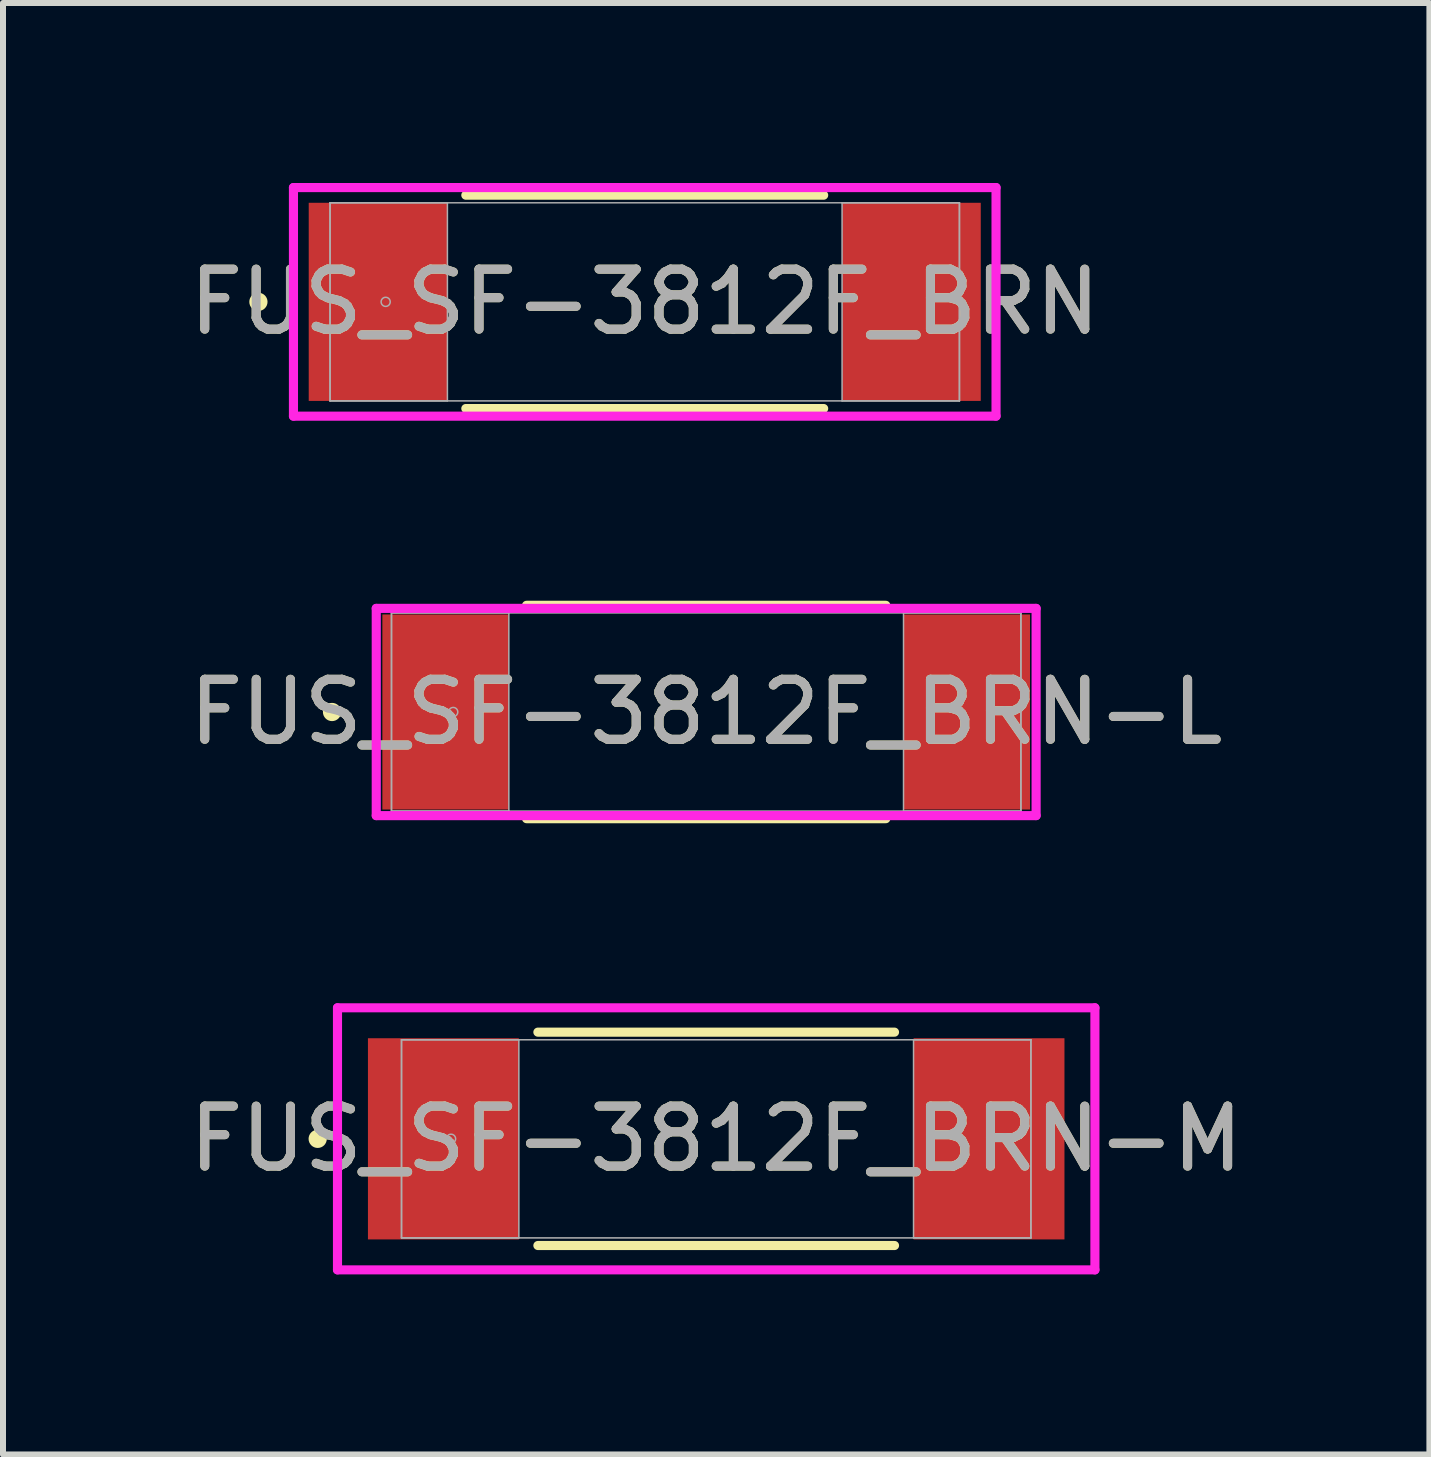
<source format=kicad_pcb>
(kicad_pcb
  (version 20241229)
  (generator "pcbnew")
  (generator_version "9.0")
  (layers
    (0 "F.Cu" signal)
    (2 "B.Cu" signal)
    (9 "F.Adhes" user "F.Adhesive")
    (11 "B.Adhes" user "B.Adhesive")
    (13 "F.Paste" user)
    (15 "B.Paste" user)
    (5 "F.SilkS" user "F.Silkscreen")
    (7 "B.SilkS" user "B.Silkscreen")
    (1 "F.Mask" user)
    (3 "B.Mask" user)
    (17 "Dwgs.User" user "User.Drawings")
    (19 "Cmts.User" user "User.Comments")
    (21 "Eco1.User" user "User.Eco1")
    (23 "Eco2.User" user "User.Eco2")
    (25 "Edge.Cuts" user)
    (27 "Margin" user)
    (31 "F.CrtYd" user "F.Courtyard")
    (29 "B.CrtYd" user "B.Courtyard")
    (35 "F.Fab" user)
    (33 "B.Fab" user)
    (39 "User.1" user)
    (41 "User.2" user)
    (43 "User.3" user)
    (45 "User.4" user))
  (footprint "FUS_SF-3812F_BRN"
    (layer "F.Cu")
    (at 7.696 1.981)
    (property "Reference" "FUS_SF-3812F_BRN" (at 0 0 0) (unlocked yes) (layer "F.SilkS") (effects (font (size 1 1) (thickness 0.15))))
    (attr smd)
    (fp_line (start -2.982 1.778) (end 2.982 1.778) (stroke (width 0.152) (type solid)) (layer "F.SilkS"))
    (fp_line (start 2.982 -1.778) (end -2.982 -1.778) (stroke (width 0.152) (type solid)) (layer "F.SilkS"))
    (fp_circle (center -6.439 0) (end -6.363 0) (stroke (width 0.152) (type solid)) (fill no) (layer "F.SilkS"))
    (fp_line (start -5.855 -1.905) (end 5.855 -1.905) (stroke (width 0.152) (type solid)) (layer "F.CrtYd"))
    (fp_line (start -5.855 1.905) (end -5.855 -1.905) (stroke (width 0.152) (type solid)) (layer "F.CrtYd"))
    (fp_line (start 5.855 -1.905) (end 5.855 1.905) (stroke (width 0.152) (type solid)) (layer "F.CrtYd"))
    (fp_line (start 5.855 1.905) (end -5.855 1.905) (stroke (width 0.152) (type solid)) (layer "F.CrtYd"))
    (fp_line (start -5.245 -1.651) (end -5.245 1.651) (stroke (width 0.025) (type solid)) (layer "F.Fab"))
    (fp_line (start -5.245 -1.651) (end -5.245 1.651) (stroke (width 0.025) (type solid)) (layer "F.Fab"))
    (fp_line (start -5.245 1.651) (end -3.289 1.651) (stroke (width 0.025) (type solid)) (layer "F.Fab"))
    (fp_line (start -5.245 1.651) (end 5.245 1.651) (stroke (width 0.025) (type solid)) (layer "F.Fab"))
    (fp_line (start -3.289 -1.651) (end -5.245 -1.651) (stroke (width 0.025) (type solid)) (layer "F.Fab"))
    (fp_line (start -3.289 1.651) (end -3.289 -1.651) (stroke (width 0.025) (type solid)) (layer "F.Fab"))
    (fp_line (start 3.289 -1.651) (end 3.289 1.651) (stroke (width 0.025) (type solid)) (layer "F.Fab"))
    (fp_line (start 3.289 1.651) (end 5.245 1.651) (stroke (width 0.025) (type solid)) (layer "F.Fab"))
    (fp_line (start 5.245 -1.651) (end -5.245 -1.651) (stroke (width 0.025) (type solid)) (layer "F.Fab"))
    (fp_line (start 5.245 -1.651) (end 3.289 -1.651) (stroke (width 0.025) (type solid)) (layer "F.Fab"))
    (fp_line (start 5.245 1.651) (end 5.245 -1.651) (stroke (width 0.025) (type solid)) (layer "F.Fab"))
    (fp_line (start 5.245 1.651) (end 5.245 -1.651) (stroke (width 0.025) (type solid)) (layer "F.Fab"))
    (fp_circle (center -4.318 0) (end -4.242 0) (stroke (width 0.025) (type solid)) (fill no) (layer "F.Fab"))
    (fp_text user "${REFERENCE}" (at 0 0 0) (unlocked yes) (layer "F.Fab") (effects (font (size 1 1) (thickness 0.15))))
    (pad "1" smd rect (at -4.445 0) (size 2.311 3.302) (layers "F.Cu" "F.Mask" "F.Paste"))
    (pad "2" smd rect (at 4.445 0) (size 2.311 3.302) (layers "F.Cu" "F.Mask" "F.Paste"))
    (zone (net_name "") (layer "F.Cu") (hatch full 0.508) (connect_pads) (min_thickness 0.254) (filled_areas_thickness no) (keepout (tracks not_allowed) (vias not_allowed) (pads allowed) (copperpour not_allowed) (footprints allowed)) (placement (enabled no)) (fill) (polygon (pts (xy 4.458 0.381) (xy 10.935 0.381) (xy 10.935 3.581) (xy 4.458 3.581)))))
  (footprint "FUS_SF-3812F_BRN-M"
    (layer "F.Cu")
    (at 8.887 15.931)
    (property "Reference" "FUS_SF-3812F_BRN-M" (at 0 0 0) (unlocked yes) (layer "F.SilkS") (effects (font (size 1 1) (thickness 0.15))))
    (attr smd)
    (fp_line (start -2.972 1.778) (end 2.972 1.778) (stroke (width 0.152) (type solid)) (layer "F.SilkS"))
    (fp_line (start 2.972 -1.778) (end -2.972 -1.778) (stroke (width 0.152) (type solid)) (layer "F.SilkS"))
    (fp_circle (center -6.642 0) (end -6.566 0) (stroke (width 0.152) (type solid)) (fill no) (layer "F.SilkS"))
    (fp_line (start -6.312 -2.184) (end 6.312 -2.184) (stroke (width 0.152) (type solid)) (layer "F.CrtYd"))
    (fp_line (start -6.312 2.184) (end -6.312 -2.184) (stroke (width 0.152) (type solid)) (layer "F.CrtYd"))
    (fp_line (start 6.312 -2.184) (end 6.312 2.184) (stroke (width 0.152) (type solid)) (layer "F.CrtYd"))
    (fp_line (start 6.312 2.184) (end -6.312 2.184) (stroke (width 0.152) (type solid)) (layer "F.CrtYd"))
    (fp_line (start -5.245 -1.651) (end -5.245 1.651) (stroke (width 0.025) (type solid)) (layer "F.Fab"))
    (fp_line (start -5.245 -1.651) (end -5.245 1.651) (stroke (width 0.025) (type solid)) (layer "F.Fab"))
    (fp_line (start -5.245 1.651) (end -3.289 1.651) (stroke (width 0.025) (type solid)) (layer "F.Fab"))
    (fp_line (start -5.245 1.651) (end 5.245 1.651) (stroke (width 0.025) (type solid)) (layer "F.Fab"))
    (fp_line (start -3.289 -1.651) (end -5.245 -1.651) (stroke (width 0.025) (type solid)) (layer "F.Fab"))
    (fp_line (start -3.289 1.651) (end -3.289 -1.651) (stroke (width 0.025) (type solid)) (layer "F.Fab"))
    (fp_line (start 3.289 -1.651) (end 3.289 1.651) (stroke (width 0.025) (type solid)) (layer "F.Fab"))
    (fp_line (start 3.289 1.651) (end 5.245 1.651) (stroke (width 0.025) (type solid)) (layer "F.Fab"))
    (fp_line (start 5.245 -1.651) (end -5.245 -1.651) (stroke (width 0.025) (type solid)) (layer "F.Fab"))
    (fp_line (start 5.245 -1.651) (end 3.289 -1.651) (stroke (width 0.025) (type solid)) (layer "F.Fab"))
    (fp_line (start 5.245 1.651) (end 5.245 -1.651) (stroke (width 0.025) (type solid)) (layer "F.Fab"))
    (fp_line (start 5.245 1.651) (end 5.245 -1.651) (stroke (width 0.025) (type solid)) (layer "F.Fab"))
    (fp_circle (center -4.42 0) (end -4.343 0) (stroke (width 0.025) (type solid)) (fill no) (layer "F.Fab"))
    (fp_text user "${REFERENCE}" (at 0 0 0) (unlocked yes) (layer "F.Fab") (effects (font (size 1 1) (thickness 0.15))))
    (pad "1" smd rect (at -4.547 0) (size 2.515 3.353) (layers "F.Cu" "F.Mask" "F.Paste"))
    (pad "2" smd rect (at 4.547 0) (size 2.515 3.353) (layers "F.Cu" "F.Mask" "F.Paste"))
    (zone (net_name "") (layer "F.Cu") (hatch full 0.508) (connect_pads) (min_thickness 0.254) (filled_areas_thickness no) (keepout (tracks not_allowed) (vias not_allowed) (pads allowed) (copperpour not_allowed) (footprints allowed)) (placement (enabled no)) (fill) (polygon (pts (xy 5.648 14.331) (xy 12.125 14.331) (xy 12.125 17.532) (xy 5.648 17.532)))))
  (footprint "FUS_SF-3812F_BRN-L"
    (layer "F.Cu")
    (at 8.72 8.817)
    (property "Reference" "FUS_SF-3812F_BRN-L" (at 0 0 0) (unlocked yes) (layer "F.SilkS") (effects (font (size 1 1) (thickness 0.15))))
    (attr smd)
    (fp_line (start -2.994 1.778) (end 2.994 1.778) (stroke (width 0.152) (type solid)) (layer "F.SilkS"))
    (fp_line (start 2.994 -1.778) (end -2.994 -1.778) (stroke (width 0.152) (type solid)) (layer "F.SilkS"))
    (fp_circle (center -6.236 0) (end -6.16 0) (stroke (width 0.152) (type solid)) (fill no) (layer "F.SilkS"))
    (fp_line (start -5.499 -1.727) (end 5.499 -1.727) (stroke (width 0.152) (type solid)) (layer "F.CrtYd"))
    (fp_line (start -5.499 1.727) (end -5.499 -1.727) (stroke (width 0.152) (type solid)) (layer "F.CrtYd"))
    (fp_line (start 5.499 -1.727) (end 5.499 1.727) (stroke (width 0.152) (type solid)) (layer "F.CrtYd"))
    (fp_line (start 5.499 1.727) (end -5.499 1.727) (stroke (width 0.152) (type solid)) (layer "F.CrtYd"))
    (fp_line (start -5.245 -1.651) (end -5.245 1.651) (stroke (width 0.025) (type solid)) (layer "F.Fab"))
    (fp_line (start -5.245 -1.651) (end -5.245 1.651) (stroke (width 0.025) (type solid)) (layer "F.Fab"))
    (fp_line (start -5.245 1.651) (end -3.289 1.651) (stroke (width 0.025) (type solid)) (layer "F.Fab"))
    (fp_line (start -5.245 1.651) (end 5.245 1.651) (stroke (width 0.025) (type solid)) (layer "F.Fab"))
    (fp_line (start -3.289 -1.651) (end -5.245 -1.651) (stroke (width 0.025) (type solid)) (layer "F.Fab"))
    (fp_line (start -3.289 1.651) (end -3.289 -1.651) (stroke (width 0.025) (type solid)) (layer "F.Fab"))
    (fp_line (start 3.289 -1.651) (end 3.289 1.651) (stroke (width 0.025) (type solid)) (layer "F.Fab"))
    (fp_line (start 3.289 1.651) (end 5.245 1.651) (stroke (width 0.025) (type solid)) (layer "F.Fab"))
    (fp_line (start 5.245 -1.651) (end -5.245 -1.651) (stroke (width 0.025) (type solid)) (layer "F.Fab"))
    (fp_line (start 5.245 -1.651) (end 3.289 -1.651) (stroke (width 0.025) (type solid)) (layer "F.Fab"))
    (fp_line (start 5.245 1.651) (end 5.245 -1.651) (stroke (width 0.025) (type solid)) (layer "F.Fab"))
    (fp_line (start 5.245 1.651) (end 5.245 -1.651) (stroke (width 0.025) (type solid)) (layer "F.Fab"))
    (fp_circle (center -4.216 0) (end -4.14 0) (stroke (width 0.025) (type solid)) (fill no) (layer "F.Fab"))
    (fp_text user "${REFERENCE}" (at 0 0 0) (unlocked yes) (layer "F.Fab") (effects (font (size 1 1) (thickness 0.15))))
    (pad "1" smd rect (at -4.343 0) (size 2.108 3.251) (layers "F.Cu" "F.Mask" "F.Paste"))
    (pad "2" smd rect (at 4.343 0) (size 2.108 3.251) (layers "F.Cu" "F.Mask" "F.Paste"))
    (zone (net_name "") (layer "F.Cu") (hatch full 0.508) (connect_pads) (min_thickness 0.254) (filled_areas_thickness no) (keepout (tracks not_allowed) (vias not_allowed) (pads allowed) (copperpour not_allowed) (footprints allowed)) (placement (enabled no)) (fill) (polygon (pts (xy 5.482 7.216) (xy 11.959 7.216) (xy 11.959 10.417) (xy 5.482 10.417)))))
  (gr_rect
    (start -3 -3)
    (end 20.774 21.192)
    (stroke (width 0.1) (type default))
    (fill no)
    (layer "Edge.Cuts")))
</source>
